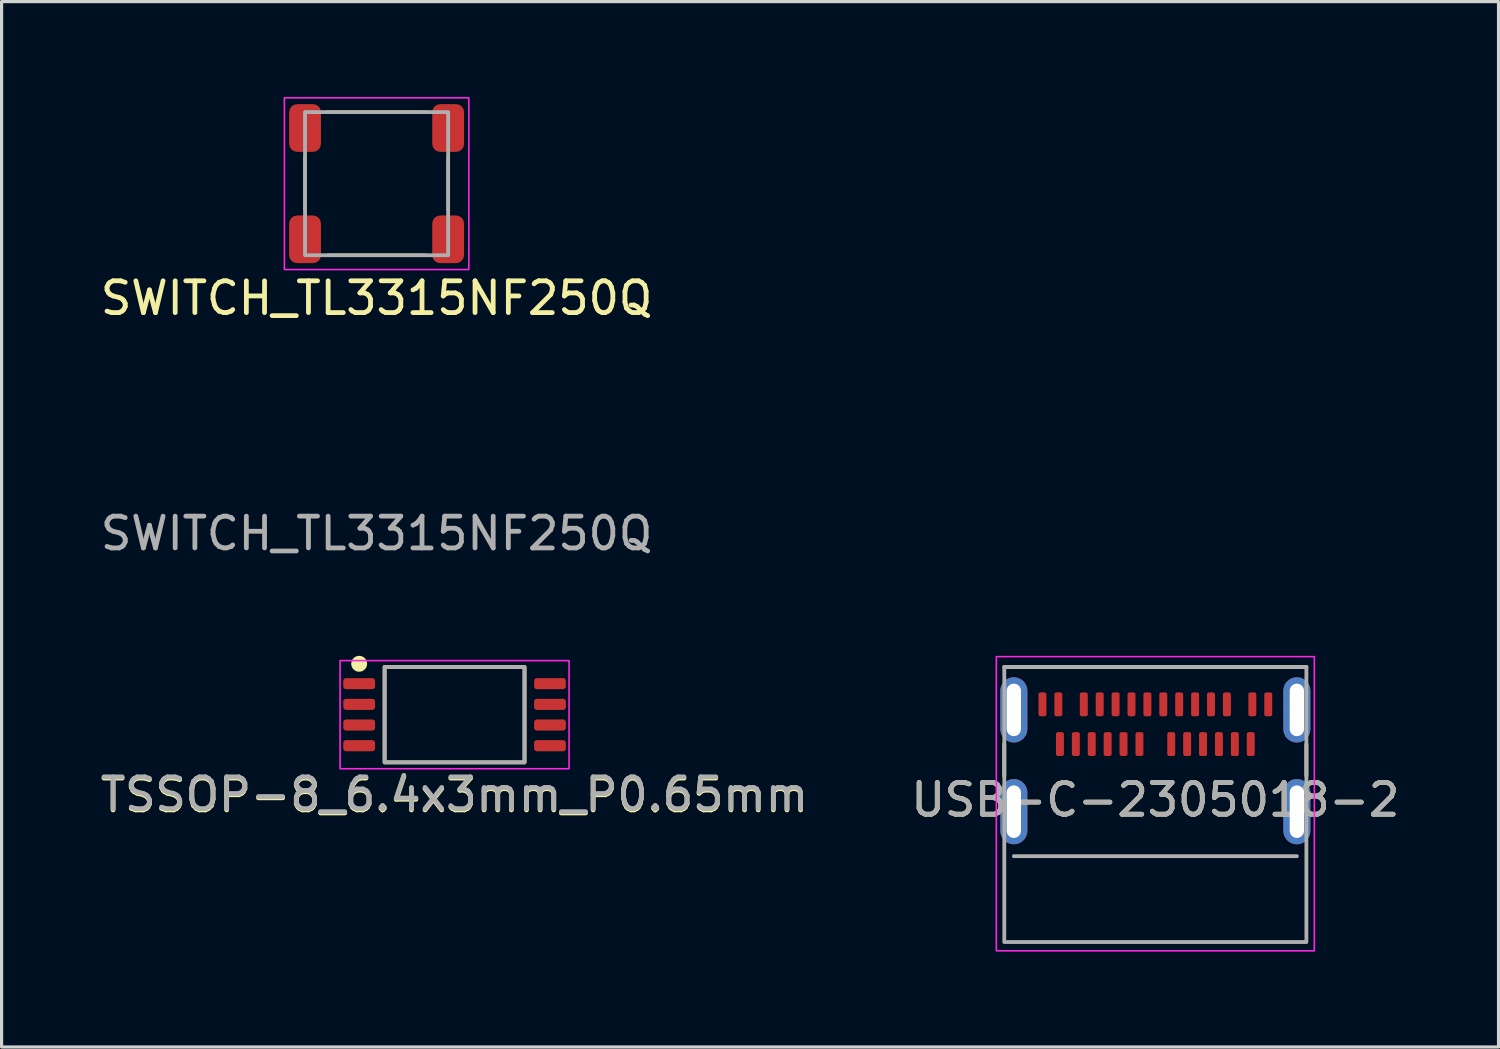
<source format=kicad_pcb>
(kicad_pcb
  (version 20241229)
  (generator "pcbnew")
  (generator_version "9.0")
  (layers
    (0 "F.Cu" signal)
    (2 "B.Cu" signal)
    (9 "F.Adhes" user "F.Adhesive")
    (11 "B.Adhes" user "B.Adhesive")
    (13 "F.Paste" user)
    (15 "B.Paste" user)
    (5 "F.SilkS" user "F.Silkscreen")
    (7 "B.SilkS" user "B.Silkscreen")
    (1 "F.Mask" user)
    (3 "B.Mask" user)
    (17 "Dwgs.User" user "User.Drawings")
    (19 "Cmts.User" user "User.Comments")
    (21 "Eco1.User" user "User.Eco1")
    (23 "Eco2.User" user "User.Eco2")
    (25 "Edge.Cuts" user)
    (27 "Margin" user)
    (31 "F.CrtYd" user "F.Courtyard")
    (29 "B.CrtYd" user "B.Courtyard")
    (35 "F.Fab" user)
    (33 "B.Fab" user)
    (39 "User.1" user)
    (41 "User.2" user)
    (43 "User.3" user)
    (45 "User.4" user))
  (footprint "TSSOP-8_6.4x3mm_P0.65mm"
    (layer "F.Cu")
    (at 11.244 19.423)
    (property "Reference" "TSSOP-8_6.4x3mm_P0.65mm" (at 0 2.54 0) (unlocked yes) (layer "F.SilkS") (effects (font (size 1 1) (thickness 0.15))))
    (attr smd)
    (fp_rect (start -2.2 -1.5) (end 2.2 1.5) (stroke (width 0.12) (type solid)) (fill no) (layer "F.SilkS"))
    (fp_circle (center -3 -1.6) (end -3 -1.6) (stroke (width 0.5) (type solid)) (fill yes) (layer "F.SilkS"))
    (fp_rect (start -3.6 -1.7) (end 3.6 1.7) (stroke (width 0.05) (type solid)) (fill no) (layer "F.CrtYd"))
    (fp_rect (start -2.2 -1.5) (end 2.2 1.5) (stroke (width 0.12) (type solid)) (fill no) (layer "F.Fab"))
    (fp_text user "${REFERENCE}" (at 0 2.5 0) (unlocked yes) (layer "F.Fab") (effects (font (size 1 1) (thickness 0.15))))
    (pad "1" smd roundrect (at -3 -0.975) (size 1 0.35) (layers "F.Cu" "F.Mask" "F.Paste") (roundrect_rratio 0.25))
    (pad "2" smd roundrect (at -3 -0.325) (size 1 0.35) (layers "F.Cu" "F.Mask" "F.Paste") (roundrect_rratio 0.25))
    (pad "3" smd roundrect (at -3 0.325) (size 1 0.35) (layers "F.Cu" "F.Mask" "F.Paste") (roundrect_rratio 0.25))
    (pad "4" smd roundrect (at -3 0.975) (size 1 0.35) (layers "F.Cu" "F.Mask" "F.Paste") (roundrect_rratio 0.25))
    (pad "5" smd roundrect (at 3 0.975) (size 1 0.35) (layers "F.Cu" "F.Mask" "F.Paste") (roundrect_rratio 0.25))
    (pad "6" smd roundrect (at 3 0.325) (size 1 0.35) (layers "F.Cu" "F.Mask" "F.Paste") (roundrect_rratio 0.25))
    (pad "7" smd roundrect (at 3 -0.325) (size 1 0.35) (layers "F.Cu" "F.Mask" "F.Paste") (roundrect_rratio 0.25))
    (pad "8" smd roundrect (at 3 -0.975) (size 1 0.35) (layers "F.Cu" "F.Mask" "F.Paste") (roundrect_rratio 0.25)))
  (footprint "SWITCH_TL3315NF250Q"
    (layer "F.Cu")
    (at 8.792 2.725)
    (property "Reference" "SWITCH_TL3315NF250Q" (at 0 3.6 0) (unlocked yes) (layer "F.SilkS") (effects (font (size 1 1) (thickness 0.15))))
    (attr smd)
    (fp_line (start -2.25 0.8) (end -2.25 -0.8) (stroke (width 0.1) (type solid)) (layer "F.SilkS"))
    (fp_line (start -1.55 -2.25) (end 1.575 -2.25) (stroke (width 0.1) (type solid)) (layer "F.SilkS"))
    (fp_line (start 1.55 2.25) (end -1.525 2.25) (stroke (width 0.1) (type solid)) (layer "F.SilkS"))
    (fp_line (start 2.25 -0.825) (end 2.25 0.825) (stroke (width 0.1) (type solid)) (layer "F.SilkS"))
    (fp_rect (start -2.9 -2.7) (end 2.9 2.7) (stroke (width 0.05) (type solid)) (fill no) (layer "F.CrtYd"))
    (fp_rect (start -2.25 -2.25) (end 2.25 2.25) (stroke (width 0.12) (type solid)) (fill no) (layer "F.Fab"))
    (fp_text user "${REFERENCE}" (at 0 11 0) (unlocked yes) (layer "F.Fab") (effects (font (size 1 1) (thickness 0.15))))
    (pad "1" smd roundrect (at 2.25 -1.75) (size 1 1.5) (layers "F.Cu" "F.Mask" "F.Paste") (roundrect_rratio 0.25))
    (pad "2" smd roundrect (at -2.25 -1.75) (size 1 1.5) (layers "F.Cu" "F.Mask" "F.Paste") (roundrect_rratio 0.25))
    (pad "3" smd roundrect (at -2.25 1.75) (size 1 1.5) (layers "F.Cu" "F.Mask" "F.Paste") (roundrect_rratio 0.25))
    (pad "4" smd roundrect (at 2.25 1.75) (size 1 1.5) (layers "F.Cu" "F.Mask" "F.Paste") (roundrect_rratio 0.25)))
  (footprint "USB-C-2305018-2"
    (layer "F.Cu")
    (at 33.28 22.473)
    (property "Reference" "USB-C-2305018-2" (at 0 -0.375 0) (unlocked yes) (layer "F.SilkS") (effects (font (size 1 1) (thickness 0.15))))
    (fp_line (start -4.75 -4.55) (end 4.75 -4.55) (stroke (width 0.12) (type solid)) (layer "F.SilkS"))
    (fp_line (start -4.75 -2.125) (end -4.75 -1.125) (stroke (width 0.12) (type solid)) (layer "F.SilkS"))
    (fp_line (start 4.75 -2.125) (end 4.75 -1.125) (stroke (width 0.12) (type solid)) (layer "F.SilkS"))
    (fp_rect (start -5 -4.875) (end 5 4.375) (stroke (width 0.05) (type solid)) (fill no) (layer "F.CrtYd"))
    (fp_line (start 4.45 1.4) (end -4.45 1.4) (stroke (width 0.12) (type solid)) (layer "F.Fab"))
    (fp_rect (start -4.75 -4.55) (end 4.75 4.1) (stroke (width 0.12) (type solid)) (fill no) (layer "F.Fab"))
    (fp_text user "${REFERENCE}" (at 0 -0.375 0) (unlocked yes) (layer "F.Fab") (effects (font (size 1 1) (thickness 0.15))))
    (pad "A1" smd roundrect (at -3.05 -3.375) (size 0.25 0.75) (layers "F.Cu" "F.Mask" "F.Paste") (roundrect_rratio 0.25))
    (pad "A2" smd roundrect (at -2.25 -3.375) (size 0.25 0.75) (layers "F.Cu" "F.Mask" "F.Paste") (roundrect_rratio 0.25))
    (pad "A3" smd roundrect (at -1.75 -3.375) (size 0.25 0.75) (layers "F.Cu" "F.Mask" "F.Paste") (roundrect_rratio 0.25))
    (pad "A4" smd roundrect (at -1.25 -3.375) (size 0.25 0.75) (layers "F.Cu" "F.Mask" "F.Paste") (roundrect_rratio 0.25))
    (pad "A5" smd roundrect (at -0.75 -3.375) (size 0.25 0.75) (layers "F.Cu" "F.Mask" "F.Paste") (roundrect_rratio 0.25))
    (pad "A6" smd roundrect (at -0.25 -3.375) (size 0.25 0.75) (layers "F.Cu" "F.Mask" "F.Paste") (roundrect_rratio 0.25))
    (pad "A7" smd roundrect (at 0.25 -3.375) (size 0.25 0.75) (layers "F.Cu" "F.Mask" "F.Paste") (roundrect_rratio 0.25))
    (pad "A8" smd roundrect (at 0.75 -3.375) (size 0.25 0.75) (layers "F.Cu" "F.Mask" "F.Paste") (roundrect_rratio 0.25))
    (pad "A9" smd roundrect (at 1.25 -3.375) (size 0.25 0.75) (layers "F.Cu" "F.Mask" "F.Paste") (roundrect_rratio 0.25))
    (pad "A10" smd roundrect (at 1.75 -3.375) (size 0.25 0.75) (layers "F.Cu" "F.Mask" "F.Paste") (roundrect_rratio 0.25))
    (pad "A11" smd roundrect (at 2.25 -3.375) (size 0.25 0.75) (layers "F.Cu" "F.Mask" "F.Paste") (roundrect_rratio 0.25))
    (pad "A12" smd roundrect (at 3.05 -3.375) (size 0.25 0.75) (layers "F.Cu" "F.Mask" "F.Paste") (roundrect_rratio 0.25))
    (pad "B1" smd roundrect (at 3 -2.125) (size 0.25 0.75) (layers "F.Cu" "F.Mask" "F.Paste") (roundrect_rratio 0.25))
    (pad "B2" smd roundrect (at 2.5 -2.125) (size 0.25 0.75) (layers "F.Cu" "F.Mask" "F.Paste") (roundrect_rratio 0.25))
    (pad "B3" smd roundrect (at 2 -2.125) (size 0.25 0.75) (layers "F.Cu" "F.Mask" "F.Paste") (roundrect_rratio 0.25))
    (pad "B4" smd roundrect (at 1.5 -2.125) (size 0.25 0.75) (layers "F.Cu" "F.Mask" "F.Paste") (roundrect_rratio 0.25))
    (pad "B5" smd roundrect (at 1 -2.125) (size 0.25 0.75) (layers "F.Cu" "F.Mask" "F.Paste") (roundrect_rratio 0.25))
    (pad "B6" smd roundrect (at 0.5 -2.125) (size 0.25 0.75) (layers "F.Cu" "F.Mask" "F.Paste") (roundrect_rratio 0.25))
    (pad "B7" smd roundrect (at -0.5 -2.125) (size 0.25 0.75) (layers "F.Cu" "F.Mask" "F.Paste") (roundrect_rratio 0.25))
    (pad "B8" smd roundrect (at -1 -2.125) (size 0.25 0.75) (layers "F.Cu" "F.Mask" "F.Paste") (roundrect_rratio 0.25))
    (pad "B9" smd roundrect (at -1.5 -2.125) (size 0.25 0.75) (layers "F.Cu" "F.Mask" "F.Paste") (roundrect_rratio 0.25))
    (pad "B10" smd roundrect (at -2 -2.125) (size 0.25 0.75) (layers "F.Cu" "F.Mask" "F.Paste") (roundrect_rratio 0.25))
    (pad "B11" smd roundrect (at -2.5 -2.125) (size 0.25 0.75) (layers "F.Cu" "F.Mask" "F.Paste") (roundrect_rratio 0.25))
    (pad "B12" smd roundrect (at -3 -2.125) (size 0.25 0.75) (layers "F.Cu" "F.Mask" "F.Paste") (roundrect_rratio 0.25))
    (pad "GND" smd roundrect (at -3.55 -3.375) (size 0.25 0.75) (layers "F.Cu" "F.Mask" "F.Paste") (roundrect_rratio 0.25))
    (pad "GND" smd roundrect (at 3.55 -3.375) (size 0.25 0.75) (layers "F.Cu" "F.Mask" "F.Paste") (roundrect_rratio 0.25))
    (pad "SHIELD" thru_hole oval (at -4.45 -3.2) (size 0.85 2.05) (drill oval 0.45 1.65) (layers "*.Cu" "*.Mask"))
    (pad "SHIELD" thru_hole oval (at -4.45 0) (size 0.85 2.05) (drill oval 0.45 1.65) (layers "*.Cu" "*.Mask"))
    (pad "SHIELD" thru_hole oval (at 4.45 -3.2) (size 0.85 2.05) (drill oval 0.45 1.65) (layers "*.Cu" "*.Mask"))
    (pad "SHIELD" thru_hole oval (at 4.45 0) (size 0.85 2.05) (drill oval 0.45 1.65) (layers "*.Cu" "*.Mask")))
  (gr_rect
    (start -3 -3)
    (end 44.071 29.873)
    (stroke (width 0.1) (type default))
    (fill no)
    (layer "Edge.Cuts")))
</source>
